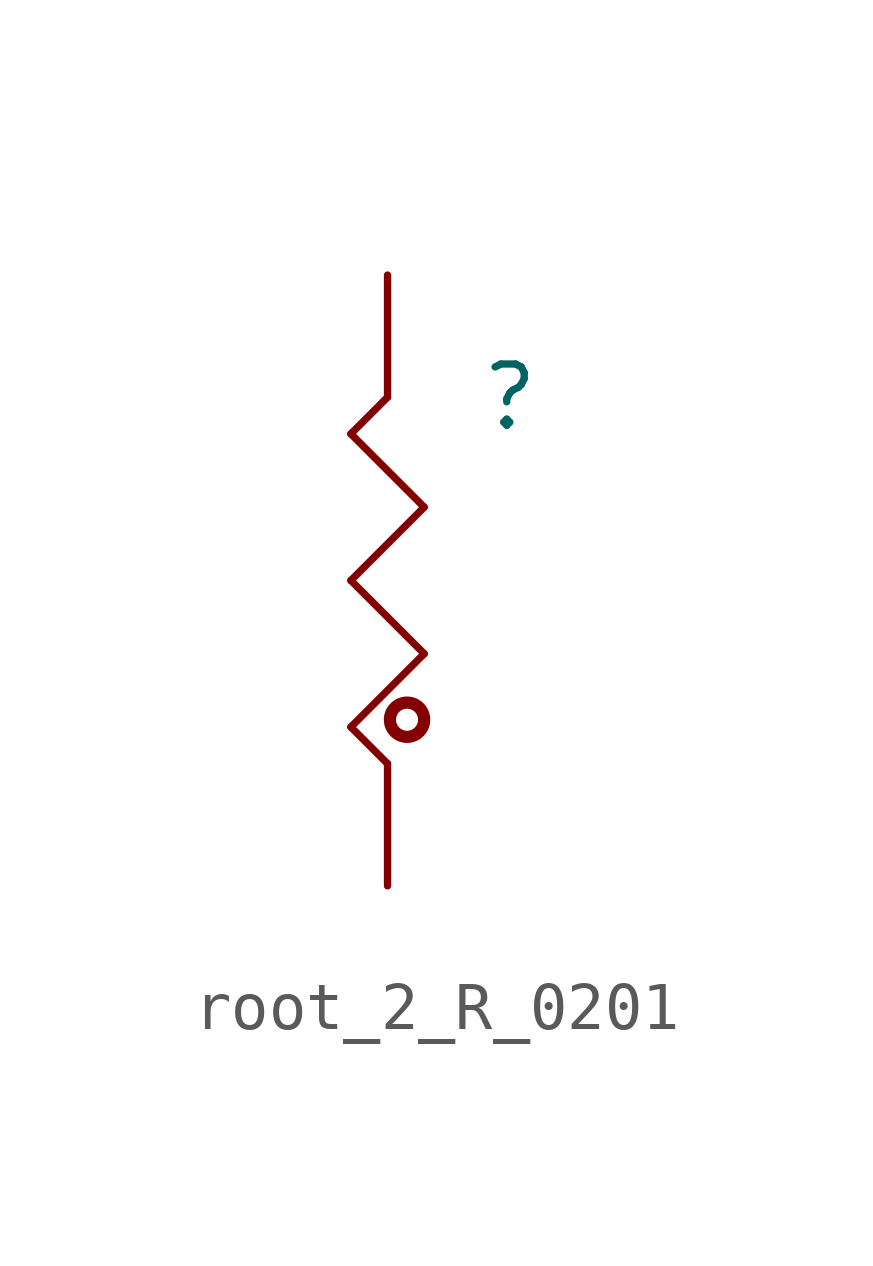
<source format=kicad_sym>
(kicad_symbol_lib
  (version 20220914)
  (generator kicad_symbol_editor)
  (symbol "root_2_R_0201"
    (property "Reference" ""
      (at 0 0 0)
      (effects (font (size 1.27 1.27))))
    (property "Value" ""
      (at 0 0 0)
      (effects (font (size 1.27 1.27))))
    (symbol "root_2_R_0201_1_0"
      (circle (center -2.134 -6.706) (radius 0.356) (stroke (width 0.254) (type solid)) (fill (type none)))
      (polyline (pts (xy -3.302 -6.858) (xy -1.778 -5.334)) (stroke (width 0) (type solid)) (fill (type none)))
      (polyline (pts (xy -3.302 -3.81) (xy -1.778 -2.286)) (stroke (width 0) (type solid)) (fill (type none)))
      (polyline (pts (xy -3.302 -0.762) (xy -2.54 0)) (stroke (width 0) (type solid)) (fill (type none)))
      (polyline (pts (xy -2.54 -7.62) (xy -3.302 -6.858)) (stroke (width 0) (type solid)) (fill (type none)))
      (polyline (pts (xy -1.778 -5.334) (xy -3.302 -3.81)) (stroke (width 0) (type solid)) (fill (type none)))
      (polyline (pts (xy -1.778 -2.286) (xy -3.302 -0.762)) (stroke (width 0) (type solid)) (fill (type none)))
      (pin passive line (at -2.54 -10.16 90) (length 2.54) (name "1" (effects (font (size 0 0)))) (number "1" (effects (font (size 0 0)))))
      (pin passive line (at -2.54 2.54 270) (length 2.54) (name "2" (effects (font (size 0 0)))) (number "2" (effects (font (size 0 0))))))))
</source>
